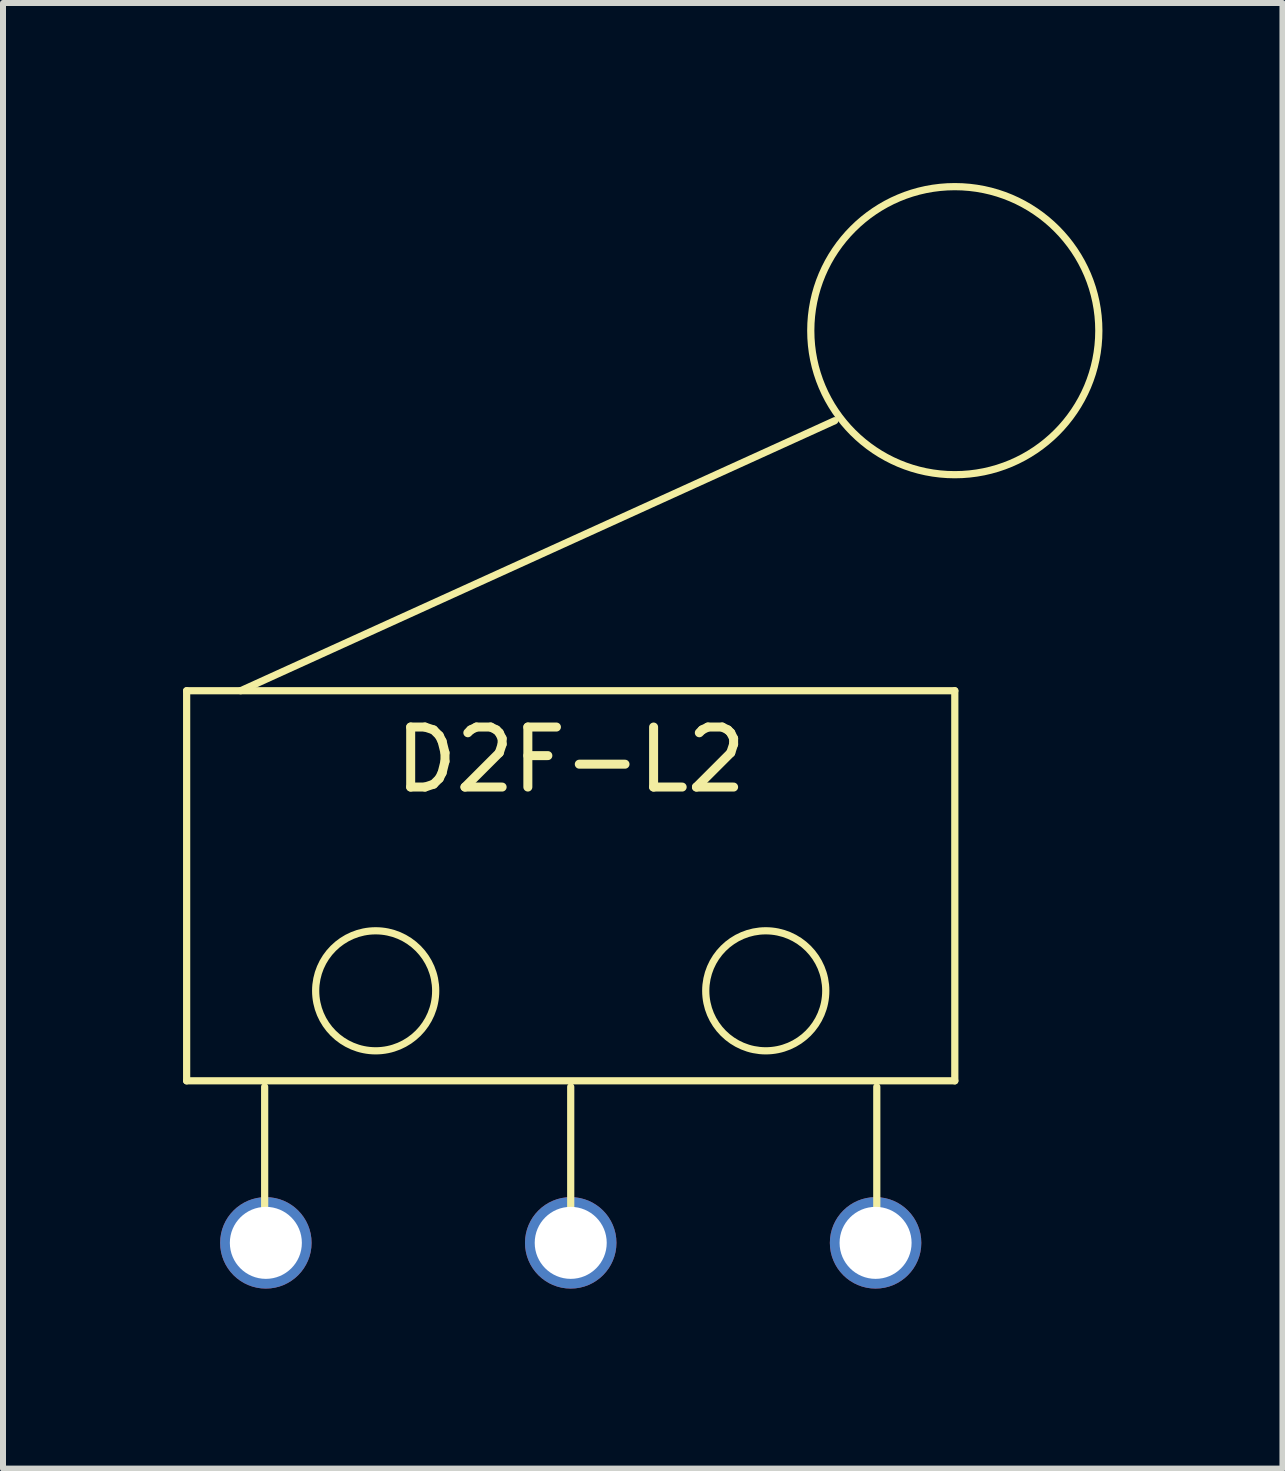
<source format=kicad_pcb>
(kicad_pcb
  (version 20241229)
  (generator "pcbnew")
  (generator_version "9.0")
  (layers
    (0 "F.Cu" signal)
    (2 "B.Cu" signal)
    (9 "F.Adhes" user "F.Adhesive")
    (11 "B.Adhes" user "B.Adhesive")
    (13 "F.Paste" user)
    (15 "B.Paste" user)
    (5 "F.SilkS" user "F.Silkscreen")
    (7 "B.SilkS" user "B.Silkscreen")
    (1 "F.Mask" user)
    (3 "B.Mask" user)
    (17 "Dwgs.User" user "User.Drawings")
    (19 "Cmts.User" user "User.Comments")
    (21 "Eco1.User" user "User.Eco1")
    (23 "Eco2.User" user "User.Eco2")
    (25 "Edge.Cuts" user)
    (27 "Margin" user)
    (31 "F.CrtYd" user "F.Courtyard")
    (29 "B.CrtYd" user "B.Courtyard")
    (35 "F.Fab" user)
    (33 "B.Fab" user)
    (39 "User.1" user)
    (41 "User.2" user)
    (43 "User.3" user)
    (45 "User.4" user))
  (footprint "D2F-L2"
    (layer "F.Cu")
    (at 6.46 17.66)
    (property "Reference" "D2F-L2" (at 0 -8.05 0) (layer "F.SilkS") (effects (font (size 1 1) (thickness 0.15))))
    (attr through_hole)
    (fp_line (start -6.4 -9.2) (end -6.4 -2.7) (stroke (width 0.12) (type solid)) (layer "F.SilkS"))
    (fp_line (start -6.4 -9.2) (end 6.4 -9.2) (stroke (width 0.12) (type solid)) (layer "F.SilkS"))
    (fp_line (start -5.5 -9.2) (end 4.4 -13.7) (stroke (width 0.12) (type solid)) (layer "F.SilkS"))
    (fp_line (start -5.1 0) (end -5.1 -2.6) (stroke (width 0.12) (type solid)) (layer "F.SilkS"))
    (fp_line (start 0 0) (end 0 -2.6) (stroke (width 0.12) (type solid)) (layer "F.SilkS"))
    (fp_line (start 5.1 0) (end 5.1 -2.6) (stroke (width 0.12) (type solid)) (layer "F.SilkS"))
    (fp_line (start 6.4 -2.7) (end -6.4 -2.7) (stroke (width 0.12) (type solid)) (layer "F.SilkS"))
    (fp_line (start 6.4 -2.7) (end 6.4 -9.2) (stroke (width 0.12) (type solid)) (layer "F.SilkS"))
    (fp_circle (center -3.25 -4.2) (end -2.25 -4.2) (stroke (width 0.12) (type solid)) (fill no) (layer "F.SilkS"))
    (fp_circle (center 3.25 -4.2) (end 4.25 -4.2) (stroke (width 0.12) (type solid)) (fill no) (layer "F.SilkS"))
    (fp_circle (center 6.4 -15.2) (end 8.8 -15.2) (stroke (width 0.12) (type solid)) (fill no) (layer "F.SilkS"))
    (pad "1" thru_hole circle (at -5.08 0) (size 1.524 1.524) (drill 1.2) (layers "*.Cu" "*.Mask"))
    (pad "2" thru_hole circle (at 0 0) (size 1.524 1.524) (drill 1.2) (layers "*.Cu" "*.Mask"))
    (pad "3" thru_hole circle (at 5.08 0) (size 1.524 1.524) (drill 1.2) (layers "*.Cu" "*.Mask")))
  (gr_rect
    (start -3 -3)
    (end 18.32 21.422)
    (stroke (width 0.1) (type default))
    (fill no)
    (layer "Edge.Cuts")))
</source>
